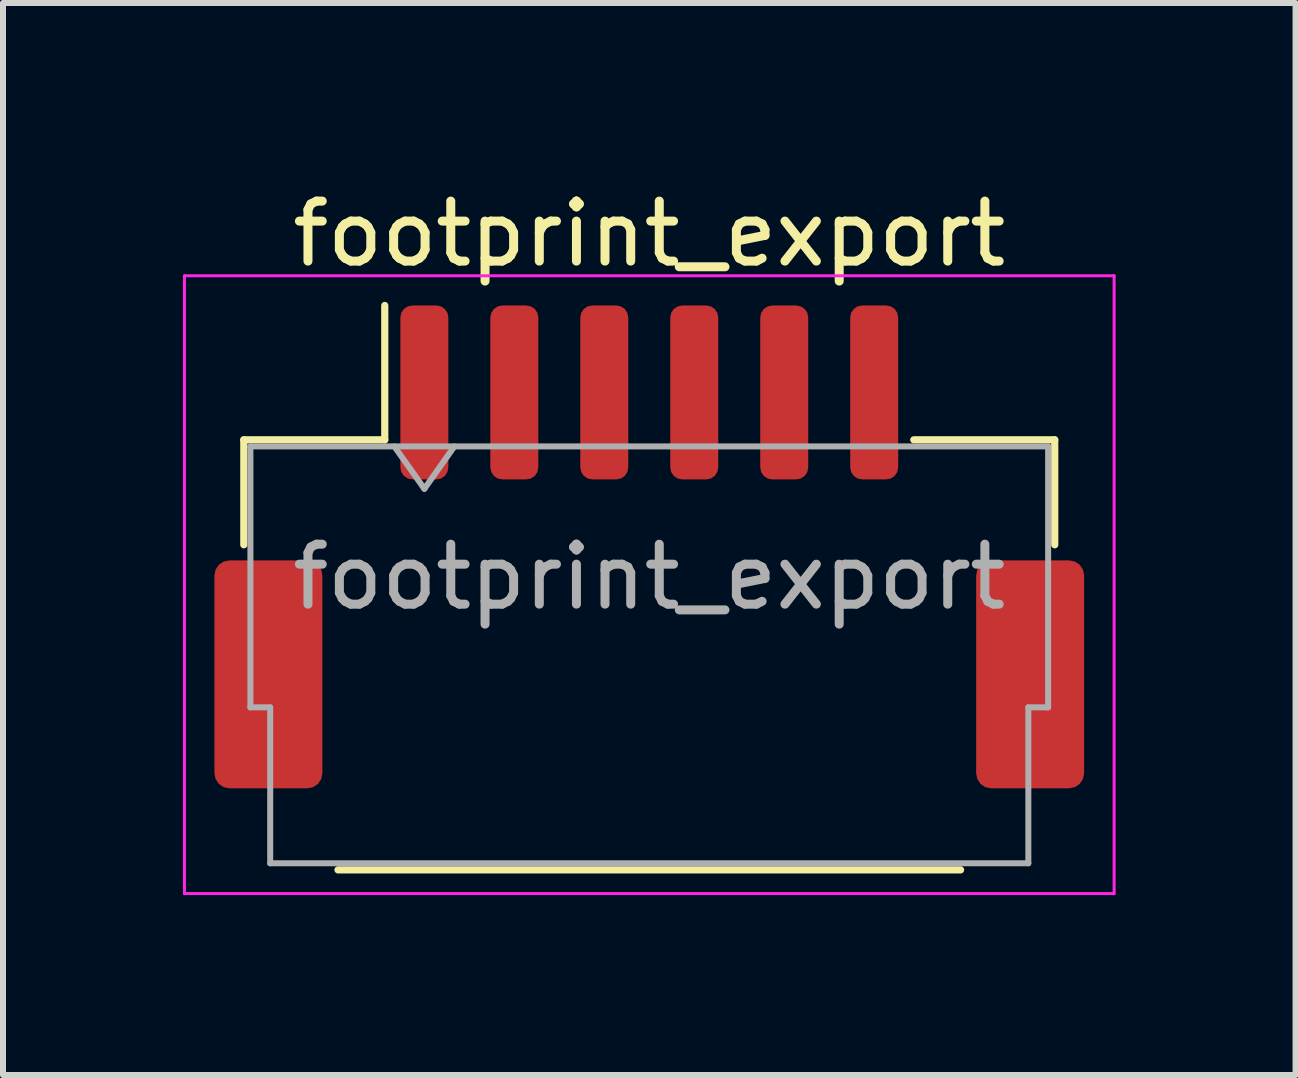
<source format=kicad_pcb>
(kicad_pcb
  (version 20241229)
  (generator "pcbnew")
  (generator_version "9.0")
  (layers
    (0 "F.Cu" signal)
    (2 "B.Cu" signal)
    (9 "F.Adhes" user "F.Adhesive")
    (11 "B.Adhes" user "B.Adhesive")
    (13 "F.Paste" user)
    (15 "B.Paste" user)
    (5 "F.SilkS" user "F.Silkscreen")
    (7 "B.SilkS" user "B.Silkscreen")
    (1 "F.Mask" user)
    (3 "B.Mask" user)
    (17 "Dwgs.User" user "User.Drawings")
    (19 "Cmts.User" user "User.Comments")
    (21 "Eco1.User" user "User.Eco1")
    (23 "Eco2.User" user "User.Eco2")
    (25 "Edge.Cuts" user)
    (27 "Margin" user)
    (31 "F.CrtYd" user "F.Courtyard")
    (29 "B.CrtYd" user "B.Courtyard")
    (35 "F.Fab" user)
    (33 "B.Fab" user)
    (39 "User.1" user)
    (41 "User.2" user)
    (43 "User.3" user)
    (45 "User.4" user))
  (footprint "footprint_export"
    (layer "F.Cu")
    (at 7.775 6.068)
    (property "Reference" "footprint_export" (at 0 -5.22 0) (layer "F.SilkS") (effects (font (size 1 1) (thickness 0.15))))
    (attr smd)
    (fp_line (start -6.76 -1.785) (end -4.41 -1.785) (stroke (width 0.12) (type solid)) (layer "F.SilkS"))
    (fp_line (start -6.76 -0.035) (end -6.76 -1.785) (stroke (width 0.12) (type solid)) (layer "F.SilkS"))
    (fp_line (start -5.19 5.385) (end 5.19 5.385) (stroke (width 0.12) (type solid)) (layer "F.SilkS"))
    (fp_line (start -4.41 -1.785) (end -4.41 -4.025) (stroke (width 0.12) (type solid)) (layer "F.SilkS"))
    (fp_line (start 6.76 -1.785) (end 4.41 -1.785) (stroke (width 0.12) (type solid)) (layer "F.SilkS"))
    (fp_line (start 6.76 -0.035) (end 6.76 -1.785) (stroke (width 0.12) (type solid)) (layer "F.SilkS"))
    (fp_line (start -7.75 -4.52) (end -7.75 5.78) (stroke (width 0.05) (type solid)) (layer "F.CrtYd"))
    (fp_line (start -7.75 5.78) (end 7.75 5.78) (stroke (width 0.05) (type solid)) (layer "F.CrtYd"))
    (fp_line (start 7.75 -4.52) (end -7.75 -4.52) (stroke (width 0.05) (type solid)) (layer "F.CrtYd"))
    (fp_line (start 7.75 5.78) (end 7.75 -4.52) (stroke (width 0.05) (type solid)) (layer "F.CrtYd"))
    (fp_line (start -6.65 -1.675) (end -6.65 2.675) (stroke (width 0.1) (type solid)) (layer "F.Fab"))
    (fp_line (start -6.65 -1.675) (end 6.65 -1.675) (stroke (width 0.1) (type solid)) (layer "F.Fab"))
    (fp_line (start -6.65 2.675) (end -6.32 2.675) (stroke (width 0.1) (type solid)) (layer "F.Fab"))
    (fp_line (start -6.32 2.675) (end -6.32 5.275) (stroke (width 0.1) (type solid)) (layer "F.Fab"))
    (fp_line (start -6.32 5.275) (end 6.32 5.275) (stroke (width 0.1) (type solid)) (layer "F.Fab"))
    (fp_line (start -4.25 -1.675) (end -3.75 -0.968) (stroke (width 0.1) (type solid)) (layer "F.Fab"))
    (fp_line (start -3.75 -0.968) (end -3.25 -1.675) (stroke (width 0.1) (type solid)) (layer "F.Fab"))
    (fp_line (start 6.32 2.675) (end 6.65 2.675) (stroke (width 0.1) (type solid)) (layer "F.Fab"))
    (fp_line (start 6.32 5.275) (end 6.32 2.675) (stroke (width 0.1) (type solid)) (layer "F.Fab"))
    (fp_line (start 6.65 -1.675) (end 6.65 2.675) (stroke (width 0.1) (type solid)) (layer "F.Fab"))
    (fp_text user "${REFERENCE}" (at 0 0.5 0) (layer "F.Fab") (effects (font (size 1 1) (thickness 0.15))))
    (pad "1" smd roundrect (at -3.75 -2.575) (size 0.8 2.9) (layers "F.Cu" "F.Mask" "F.Paste") (roundrect_rratio 0.25))
    (pad "2" smd roundrect (at -2.25 -2.575) (size 0.8 2.9) (layers "F.Cu" "F.Mask" "F.Paste") (roundrect_rratio 0.25))
    (pad "3" smd roundrect (at -0.75 -2.575) (size 0.8 2.9) (layers "F.Cu" "F.Mask" "F.Paste") (roundrect_rratio 0.25))
    (pad "4" smd roundrect (at 0.75 -2.575) (size 0.8 2.9) (layers "F.Cu" "F.Mask" "F.Paste") (roundrect_rratio 0.25))
    (pad "5" smd roundrect (at 2.25 -2.575) (size 0.8 2.9) (layers "F.Cu" "F.Mask" "F.Paste") (roundrect_rratio 0.25))
    (pad "6" smd roundrect (at 3.75 -2.575) (size 0.8 2.9) (layers "F.Cu" "F.Mask" "F.Paste") (roundrect_rratio 0.25))
    (pad "MP" smd roundrect (at -6.35 2.125) (size 1.8 3.8) (layers "F.Cu" "F.Mask" "F.Paste") (roundrect_rratio 0.139))
    (pad "MP" smd roundrect (at 6.35 2.125) (size 1.8 3.8) (layers "F.Cu" "F.Mask" "F.Paste") (roundrect_rratio 0.139)))
  (gr_rect
    (start -3 -3)
    (end 18.55 14.873)
    (stroke (width 0.1) (type default))
    (fill no)
    (layer "Edge.Cuts")))
</source>
